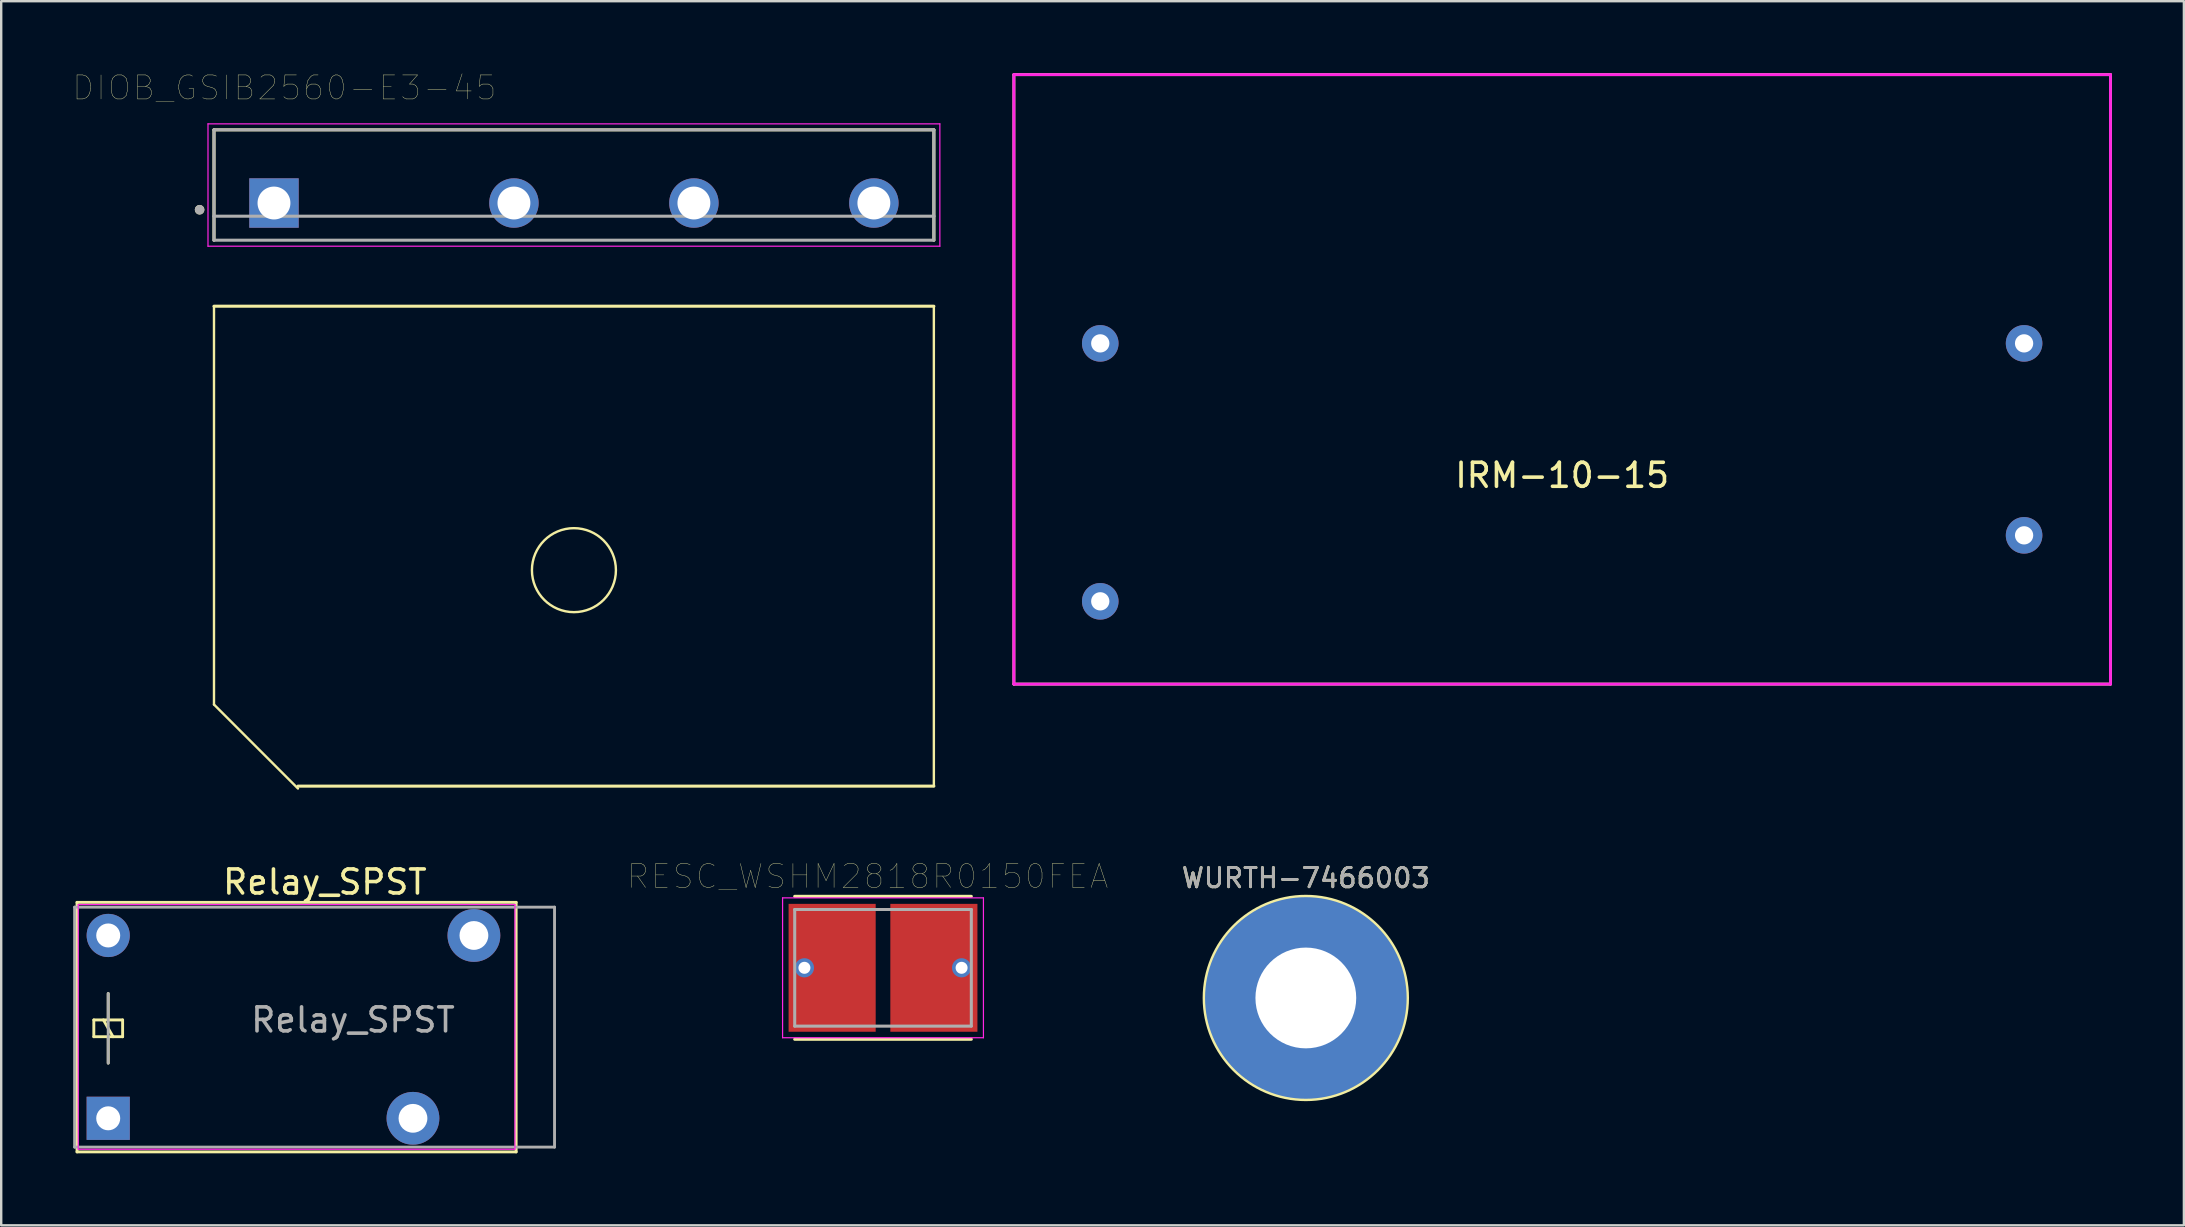
<source format=kicad_pcb>
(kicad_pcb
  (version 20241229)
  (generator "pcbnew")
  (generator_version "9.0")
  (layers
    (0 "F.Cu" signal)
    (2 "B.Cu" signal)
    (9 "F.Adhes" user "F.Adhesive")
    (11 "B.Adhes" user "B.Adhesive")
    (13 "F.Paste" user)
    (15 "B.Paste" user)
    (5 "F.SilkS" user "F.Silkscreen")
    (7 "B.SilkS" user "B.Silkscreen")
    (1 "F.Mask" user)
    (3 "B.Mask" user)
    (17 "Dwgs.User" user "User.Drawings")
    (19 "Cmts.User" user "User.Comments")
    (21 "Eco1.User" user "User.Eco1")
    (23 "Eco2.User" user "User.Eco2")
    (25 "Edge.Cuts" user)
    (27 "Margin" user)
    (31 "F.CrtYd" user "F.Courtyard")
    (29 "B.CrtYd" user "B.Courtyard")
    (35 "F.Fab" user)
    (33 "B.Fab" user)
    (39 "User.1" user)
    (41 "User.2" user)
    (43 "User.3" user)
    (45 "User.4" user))
  (footprint "IRM-10-15"
    (layer "F.Cu")
    (at 42.803 11.26)
    (property "Reference" "IRM-10-15" (at 19.25 5.5 0) (unlocked yes) (layer "F.SilkS") (effects (font (size 1 1) (thickness 0.15))))
    (attr through_hole)
    (fp_line (start -3.6 -11.2) (end 42.1 -11.2) (stroke (width 0.12) (type solid)) (layer "F.SilkS"))
    (fp_line (start -3.6 14.2) (end -3.6 -11.2) (stroke (width 0.12) (type solid)) (layer "F.SilkS"))
    (fp_line (start -3.6 14.2) (end 42.1 14.2) (stroke (width 0.12) (type solid)) (layer "F.SilkS"))
    (fp_line (start 42.1 -11.2) (end 42.1 14.2) (stroke (width 0.12) (type solid)) (layer "F.SilkS"))
    (fp_line (start -3.6 -11.2) (end 42.1 -11.2) (stroke (width 0.12) (type solid)) (layer "F.CrtYd"))
    (fp_line (start -3.6 14.2) (end -3.6 -11.2) (stroke (width 0.12) (type solid)) (layer "F.CrtYd"))
    (fp_line (start -3.6 14.2) (end 42.1 14.2) (stroke (width 0.12) (type solid)) (layer "F.CrtYd"))
    (fp_line (start 42.1 -11.2) (end 42.1 14.2) (stroke (width 0.12) (type solid)) (layer "F.CrtYd"))
    (pad "1" thru_hole circle (at 0 0) (size 1.524 1.524) (drill 0.762) (layers "*.Cu" "*.Mask"))
    (pad "2" thru_hole circle (at 0 10.75) (size 1.524 1.524) (drill 0.762) (layers "*.Cu" "*.Mask"))
    (pad "3" thru_hole circle (at 38.5 8) (size 1.524 1.524) (drill 0.762) (layers "*.Cu" "*.Mask"))
    (pad "4" thru_hole circle (at 38.5 0) (size 1.524 1.524) (drill 0.762) (layers "*.Cu" "*.Mask")))
  (footprint "WURTH-7466003"
    (layer "F.Cu")
    (at 51.37 38.54)
    (property "Reference" "WURTH-7466003" (at 0 -5 0) (layer "F.SilkS") (effects (font (size 0.8 0.8) (thickness 0.12))))
    (attr through_hole)
    (fp_circle (center 0 0) (end 4.25 0) (stroke (width 0.1) (type solid)) (fill no) (layer "F.SilkS"))
    (fp_text user "${REFERENCE}" (at 0 -5 180) (layer "F.Fab") (effects (font (size 0.8 0.8) (thickness 0.12))))
    (pad "1" thru_hole circle (at 0 0) (size 8.5 8.5) (drill 4.2) (layers "*.Cu" "*.Mask")))
  (footprint "RESC_WSHM2818R0150FEA"
    (layer "F.Cu")
    (at 33.749 37.283)
    (property "Reference" "RESC_WSHM2818R0150FEA" (at -0.635 -3.81 180) (layer "F.SilkS") (effects (font (size 1 1) (thickness 0.015))))
    (attr through_hole)
    (fp_line (start -3.68 2.978) (end 3.68 2.978) (stroke (width 0.127) (type solid)) (layer "F.SilkS"))
    (fp_line (start 3.68 -2.978) (end -3.68 -2.978) (stroke (width 0.127) (type solid)) (layer "F.SilkS"))
    (fp_line (start -4.185 -2.915) (end -4.185 2.915) (stroke (width 0.05) (type solid)) (layer "F.CrtYd"))
    (fp_line (start -4.185 2.915) (end 4.185 2.915) (stroke (width 0.05) (type solid)) (layer "F.CrtYd"))
    (fp_line (start 4.185 -2.915) (end -4.185 -2.915) (stroke (width 0.05) (type solid)) (layer "F.CrtYd"))
    (fp_line (start 4.185 2.915) (end 4.185 -2.915) (stroke (width 0.05) (type solid)) (layer "F.CrtYd"))
    (fp_line (start -3.68 -2.43) (end -3.68 2.43) (stroke (width 0.127) (type solid)) (layer "F.Fab"))
    (fp_line (start -3.68 2.43) (end 3.68 2.43) (stroke (width 0.127) (type solid)) (layer "F.Fab"))
    (fp_line (start 3.68 -2.43) (end -3.68 -2.43) (stroke (width 0.127) (type solid)) (layer "F.Fab"))
    (fp_line (start 3.68 2.43) (end 3.68 -2.43) (stroke (width 0.127) (type solid)) (layer "F.Fab"))
    (pad "1" thru_hole circle (at -3.275 0) (size 0.8 0.8) (drill 0.5) (layers "*.Cu" "*.Mask"))
    (pad "1" smd rect (at -2.12 0) (size 3.63 5.33) (layers "F.Cu" "F.Mask" "F.Paste"))
    (pad "2" smd rect (at 2.12 0) (size 3.63 5.33) (layers "F.Cu" "F.Mask" "F.Paste"))
    (pad "2" thru_hole circle (at 3.275 0) (size 0.8 0.8) (drill 0.5) (layers "*.Cu" "*.Mask")))
  (footprint "DIOB_GSIB2560-E3-45"
    (layer "F.Cu")
    (at 20.868 5.411)
    (property "Reference" "DIOB_GSIB2560-E3-45" (at -12.065 -4.8 180) (layer "F.SilkS") (effects (font (size 1 1) (thickness 0.015))))
    (attr through_hole)
    (fp_line (start -15 -3.05) (end 15 -3.05) (stroke (width 0.127) (type solid)) (layer "F.SilkS"))
    (fp_line (start -15 1.55) (end -15 -3.05) (stroke (width 0.127) (type solid)) (layer "F.SilkS"))
    (fp_line (start -15 4.3) (end -15 20.9) (stroke (width 0.1) (type solid)) (layer "F.SilkS"))
    (fp_line (start -15 20.9) (end -11.5 24.4) (stroke (width 0.1) (type solid)) (layer "F.SilkS"))
    (fp_line (start 15 -3.05) (end 15 1.55) (stroke (width 0.127) (type solid)) (layer "F.SilkS"))
    (fp_line (start 15 4.3) (end -15 4.3) (stroke (width 0.127) (type solid)) (layer "F.SilkS"))
    (fp_line (start 15 4.3) (end 15 24.3) (stroke (width 0.1) (type solid)) (layer "F.SilkS"))
    (fp_line (start 15 24.3) (end -11.5 24.3) (stroke (width 0.127) (type solid)) (layer "F.SilkS"))
    (fp_circle (center -15.6 0.28) (end -15.5 0.28) (stroke (width 0.2) (type solid)) (fill no) (layer "F.SilkS"))
    (fp_circle (center 0 15.3) (end 1.75 15.3) (stroke (width 0.1) (type solid)) (fill no) (layer "F.SilkS"))
    (fp_line (start -15.25 -3.3) (end -15.25 1.8) (stroke (width 0.05) (type solid)) (layer "F.CrtYd"))
    (fp_line (start -15.25 1.8) (end 15.25 1.8) (stroke (width 0.05) (type solid)) (layer "F.CrtYd"))
    (fp_line (start 15.25 -3.3) (end -15.25 -3.3) (stroke (width 0.05) (type solid)) (layer "F.CrtYd"))
    (fp_line (start 15.25 1.8) (end 15.25 -3.3) (stroke (width 0.05) (type solid)) (layer "F.CrtYd"))
    (fp_line (start -15 -3.05) (end -15 0.55) (stroke (width 0.127) (type solid)) (layer "F.Fab"))
    (fp_line (start -15 0.55) (end -15 1.55) (stroke (width 0.127) (type solid)) (layer "F.Fab"))
    (fp_line (start -15 0.55) (end 15 0.55) (stroke (width 0.127) (type solid)) (layer "F.Fab"))
    (fp_line (start -15 1.55) (end 15 1.55) (stroke (width 0.127) (type solid)) (layer "F.Fab"))
    (fp_line (start 15 -3.05) (end -15 -3.05) (stroke (width 0.127) (type solid)) (layer "F.Fab"))
    (fp_line (start 15 0.55) (end 15 -3.05) (stroke (width 0.127) (type solid)) (layer "F.Fab"))
    (fp_line (start 15 1.55) (end 15 0.55) (stroke (width 0.127) (type solid)) (layer "F.Fab"))
    (fp_circle (center -15.6 0.28) (end -15.5 0.28) (stroke (width 0.2) (type solid)) (fill no) (layer "F.Fab"))
    (pad "+" thru_hole rect (at -12.5 0) (size 2.06 2.06) (drill 1.37) (layers "*.Cu" "*.Mask"))
    (pad "-" thru_hole circle (at 12.5 0) (size 2.06 2.06) (drill 1.37) (layers "*.Cu" "*.Mask"))
    (pad "AC1" thru_hole circle (at -2.5 0) (size 2.06 2.06) (drill 1.37) (layers "*.Cu" "*.Mask"))
    (pad "AC2" thru_hole circle (at 5 0) (size 2.06 2.06) (drill 1.37) (layers "*.Cu" "*.Mask")))
  (footprint "Relay_SPST"
    (layer "F.Cu")
    (at 1.46 43.555)
    (property "Reference" "Relay_SPST" (at 9.029 -9.846 180) (layer "F.SilkS") (effects (font (size 1 1) (thickness 0.15))))
    (attr through_hole)
    (fp_line (start -1.3 -9) (end 17 -9) (stroke (width 0.12) (type solid)) (layer "F.SilkS"))
    (fp_line (start -1.3 1.4) (end -1.3 -9) (stroke (width 0.12) (type solid)) (layer "F.SilkS"))
    (fp_line (start -0.6 -4.1) (end -0.6 -3.4) (stroke (width 0.12) (type solid)) (layer "F.SilkS"))
    (fp_line (start -0.6 -3.4) (end 0.6 -3.4) (stroke (width 0.12) (type solid)) (layer "F.SilkS"))
    (fp_line (start 0 -4.1) (end 0 -5.2) (stroke (width 0.12) (type solid)) (layer "F.SilkS"))
    (fp_line (start 0 -3.4) (end 0 -2.3) (stroke (width 0.12) (type solid)) (layer "F.SilkS"))
    (fp_line (start 0.2 -3.4) (end -0.2 -4.1) (stroke (width 0.12) (type solid)) (layer "F.SilkS"))
    (fp_line (start 0.6 -4.1) (end -0.6 -4.1) (stroke (width 0.12) (type solid)) (layer "F.SilkS"))
    (fp_line (start 0.6 -3.4) (end 0.6 -4.1) (stroke (width 0.12) (type solid)) (layer "F.SilkS"))
    (fp_line (start 17 -9) (end 17 1.4) (stroke (width 0.12) (type solid)) (layer "F.SilkS"))
    (fp_line (start 17 1.4) (end -1.3 1.4) (stroke (width 0.12) (type solid)) (layer "F.SilkS"))
    (fp_line (start -1.25 1.29) (end -1.25 -8.91) (stroke (width 0.05) (type solid)) (layer "F.CrtYd"))
    (fp_line (start -1.25 1.29) (end 16.95 1.29) (stroke (width 0.05) (type solid)) (layer "F.CrtYd"))
    (fp_line (start 16.95 -8.91) (end -1.25 -8.91) (stroke (width 0.05) (type solid)) (layer "F.CrtYd"))
    (fp_line (start 16.95 -8.91) (end 16.95 1.29) (stroke (width 0.05) (type solid)) (layer "F.CrtYd"))
    (fp_line (start -1.4 -8.8) (end 18.6 -8.8) (stroke (width 0.12) (type solid)) (layer "F.Fab"))
    (fp_line (start -1.4 1.2) (end -1.4 -8.8) (stroke (width 0.12) (type solid)) (layer "F.Fab"))
    (fp_line (start 0 -2.3) (end 0 -5.2) (stroke (width 0.12) (type solid)) (layer "F.Fab"))
    (fp_line (start 18.6 -8.8) (end 18.6 1.2) (stroke (width 0.12) (type solid)) (layer "F.Fab"))
    (fp_line (start 18.6 1.2) (end -1.4 1.2) (stroke (width 0.12) (type solid)) (layer "F.Fab"))
    (fp_text user "${REFERENCE}" (at 10.2 -4.1 180) (layer "F.Fab") (effects (font (size 1 1) (thickness 0.15))))
    (pad "11" thru_hole circle (at 12.7 0 90) (size 2.2 2.2) (drill 1.2) (layers "*.Cu" "*.Mask"))
    (pad "14" thru_hole circle (at 15.24 -7.62 90) (size 2.2 2.2) (drill 1.2) (layers "*.Cu" "*.Mask"))
    (pad "A1" thru_hole rect (at 0 0 90) (size 1.8 1.8) (drill 1) (layers "*.Cu" "*.Mask"))
    (pad "A2" thru_hole circle (at 0 -7.62 90) (size 1.8 1.8) (drill 1) (layers "*.Cu" "*.Mask")))
  (gr_rect
    (start -3 -3)
    (end 87.963 48.015)
    (stroke (width 0.1) (type default))
    (fill no)
    (layer "Edge.Cuts")))
</source>
